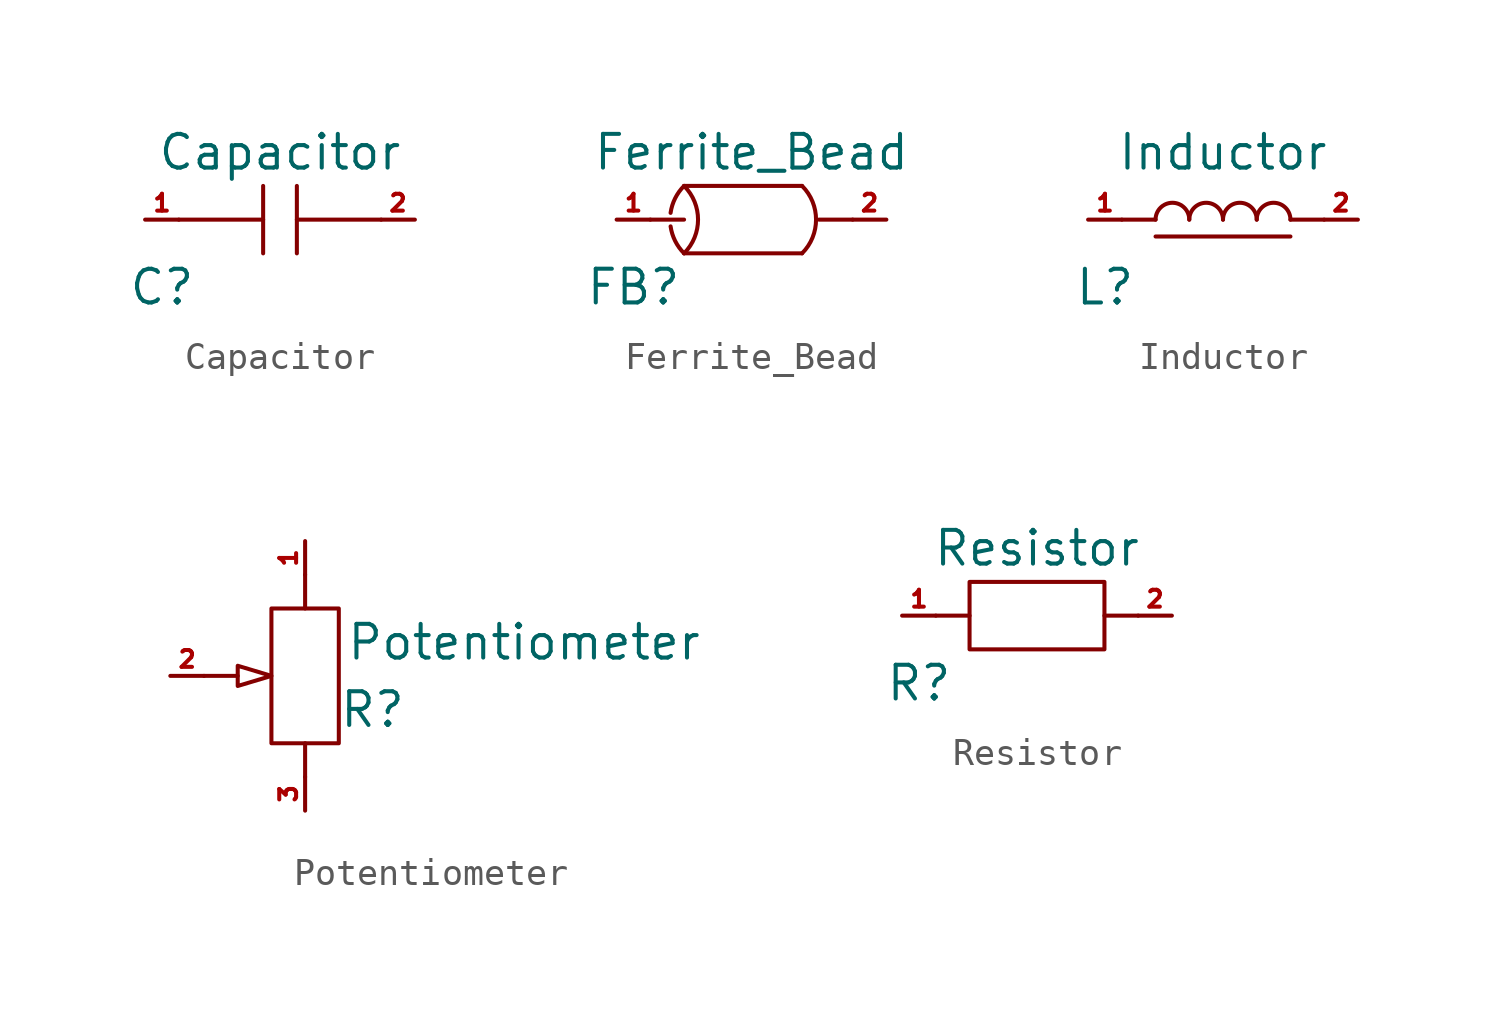
<source format=kicad_sym>
(kicad_symbol_lib
  (version 20211014)
  (generator kicad_symbol_editor)
  (symbol "Capacitor"
    (pin_names
      (offset 1.016))
    (property "Reference" "C"
      (at -4.445 -2.54 0)
      (effects (font (size 1.27 1.27))))
    (property "Value" "Capacitor"
      (at 0 2.54 0)
      (effects (font (size 1.27 1.27))))
    (symbol "Capacitor_0_1"
      (polyline (pts (xy -3.81 0) (xy -0.635 0)) (stroke (width 0) (type default) (color 0 0 0 0)) (fill (type none)))
      (polyline (pts (xy -0.635 1.27) (xy -0.635 -1.27)) (stroke (width 0) (type default) (color 0 0 0 0)) (fill (type none)))
      (polyline (pts (xy 0.635 0) (xy 3.81 0)) (stroke (width 0) (type default) (color 0 0 0 0)) (fill (type none)))
      (polyline (pts (xy 0.635 1.27) (xy 0.635 -1.27)) (stroke (width 0) (type default) (color 0 0 0 0)) (fill (type none))))
    (symbol "Capacitor_1_1"
      (pin passive line (at -5.08 0 0) (length 1.27) (name "~" (effects (font (size 0.635 0.635)))) (number "1" (effects (font (size 0.635 0.635)))))
      (pin passive line (at 5.08 0 180) (length 1.27) (name "~" (effects (font (size 0.635 0.635)))) (number "2" (effects (font (size 0.635 0.635)))))))
  (symbol "Ferrite_Bead"
    (pin_names
      (offset 1.016))
    (property "Reference" "FB"
      (at -4.445 -2.54 0)
      (effects (font (size 1.27 1.27))))
    (property "Value" "Ferrite_Bead"
      (at 0 2.54 0)
      (effects (font (size 1.27 1.27))))
    (symbol "Ferrite_Bead_0_1"
      (arc (start -3.048 -0.254) (mid -2.8764 -0.8032) (end -2.54 -1.27) (stroke (width 0) (type default) (color 0 0 0 0)) (fill (type none)))
      (arc (start -2.54 -1.27) (mid -2.0139 0) (end -2.54 1.27) (stroke (width 0) (type default) (color 0 0 0 0)) (fill (type none)))
      (arc (start -2.54 1.27) (mid -2.8764 0.8032) (end -3.048 0.254) (stroke (width 0) (type default) (color 0 0 0 0)) (fill (type none)))
      (polyline (pts (xy -2.54 -1.27) (xy 1.905 -1.27)) (stroke (width 0) (type default) (color 0 0 0 0)) (fill (type none)))
      (polyline (pts (xy -2.54 1.27) (xy 1.905 1.27)) (stroke (width 0) (type default) (color 0 0 0 0)) (fill (type none)))
      (arc (start 1.905 -1.27) (mid 2.4311 0) (end 1.905 1.27) (stroke (width 0) (type default) (color 0 0 0 0)) (fill (type none))))
    (symbol "Ferrite_Bead_1_1"
      (polyline (pts (xy -3.81 0) (xy -2.54 0)) (stroke (width 0) (type default) (color 0 0 0 0)) (fill (type none)))
      (polyline (pts (xy 2.54 0) (xy 3.81 0)) (stroke (width 0) (type default) (color 0 0 0 0)) (fill (type none)))
      (pin passive line (at -5.08 0 0) (length 1.27) (name "~" (effects (font (size 0.635 0.635)))) (number "1" (effects (font (size 0.635 0.635)))))
      (pin passive line (at 5.08 0 180) (length 1.27) (name "~" (effects (font (size 0.635 0.635)))) (number "2" (effects (font (size 0.635 0.635)))))))
  (symbol "Inductor"
    (pin_names
      (offset 1.016))
    (property "Reference" "L"
      (at -4.445 -2.54 0)
      (effects (font (size 1.27 1.27))))
    (property "Value" "Inductor"
      (at 0 2.54 0)
      (effects (font (size 1.27 1.27))))
    (symbol "Inductor_0_1"
      (arc (start -1.27 0) (mid -1.905 0.635) (end -2.54 0) (stroke (width 0) (type default) (color 0 0 0 0)) (fill (type none)))
      (arc (start 0 0) (mid -0.635 0.635) (end -1.27 0) (stroke (width 0) (type default) (color 0 0 0 0)) (fill (type none)))
      (polyline (pts (xy -2.54 -0.635) (xy 2.54 -0.635)) (stroke (width 0) (type default) (color 0 0 0 0)) (fill (type none)))
      (polyline (pts (xy -2.54 0) (xy -3.81 0)) (stroke (width 0) (type default) (color 0 0 0 0)) (fill (type none)))
      (polyline (pts (xy 2.54 0) (xy 3.81 0)) (stroke (width 0) (type default) (color 0 0 0 0)) (fill (type none)))
      (arc (start 1.27 0) (mid 0.635 0.635) (end 0 0) (stroke (width 0) (type default) (color 0 0 0 0)) (fill (type none)))
      (arc (start 2.54 0) (mid 1.905 0.635) (end 1.27 0) (stroke (width 0) (type default) (color 0 0 0 0)) (fill (type none))))
    (symbol "Inductor_1_1"
      (pin passive line (at -5.08 0 0) (length 1.27) (name "~" (effects (font (size 0.635 0.635)))) (number "1" (effects (font (size 0.635 0.635)))))
      (pin passive line (at 5.08 0 180) (length 1.27) (name "~" (effects (font (size 0.635 0.635)))) (number "2" (effects (font (size 0.635 0.635)))))))
  (symbol "Potentiometer"
    (pin_names
      (offset 1.016) hide)
    (property "Reference" "R"
      (at 2.54 -1.27 0)
      (effects (font (size 1.27 1.27))))
    (property "Value" "Potentiometer"
      (at 8.255 1.27 0)
      (effects (font (size 1.27 1.27))))
    (symbol "Potentiometer_0_1"
      (polyline (pts (xy -3.81 0) (xy -2.54 0)) (stroke (width 0) (type default) (color 0 0 0 0)) (fill (type none)))
      (polyline (pts (xy -2.54 -0.381) (xy -2.54 0.381) (xy -1.27 0) (xy -2.54 -0.381)) (stroke (width 0) (type default) (color 0 0 0 0)) (fill (type none))))
    (symbol "Potentiometer_1_1"
      (rectangle (start -1.27 -2.54) (end 1.27 2.54) (stroke (width 0) (type default) (color 0 0 0 0)) (fill (type none)))
      (polyline (pts (xy 0 -3.81) (xy 0 -2.54)) (stroke (width 0) (type default) (color 0 0 0 0)) (fill (type none)))
      (polyline (pts (xy 0 2.54) (xy 0 3.81)) (stroke (width 0) (type default) (color 0 0 0 0)) (fill (type none)))
      (pin passive line (at 0 5.08 270) (length 1.27) (name "~" (effects (font (size 0.635 0.635)))) (number "1" (effects (font (size 0.635 0.635)))))
      (pin input line (at -5.08 0 0) (length 1.27) (name "Div" (effects (font (size 0.635 0.635)))) (number "2" (effects (font (size 0.635 0.635)))))
      (pin passive line (at 0 -5.08 90) (length 1.27) (name "~" (effects (font (size 0.635 0.635)))) (number "3" (effects (font (size 0.635 0.635)))))))
  (symbol "Resistor"
    (pin_names
      (offset 1.016))
    (property "Reference" "R"
      (at -4.445 -2.54 0)
      (effects (font (size 1.27 1.27))))
    (property "Value" "Resistor"
      (at 0 2.54 0)
      (effects (font (size 1.27 1.27))))
    (symbol "Resistor_0_1"
      (rectangle (start -2.54 1.27) (end 2.54 -1.27) (stroke (width 0) (type default) (color 0 0 0 0)) (fill (type none)))
      (polyline (pts (xy -3.81 0) (xy -2.54 0)) (stroke (width 0) (type default) (color 0 0 0 0)) (fill (type none)))
      (polyline (pts (xy 2.54 0) (xy 3.81 0)) (stroke (width 0) (type default) (color 0 0 0 0)) (fill (type none))))
    (symbol "Resistor_1_1"
      (pin passive line (at -5.08 0 0) (length 1.27) (name "~" (effects (font (size 0.635 0.635)))) (number "1" (effects (font (size 0.635 0.635)))))
      (pin passive line (at 5.08 0 180) (length 1.27) (name "~" (effects (font (size 0.635 0.635)))) (number "2" (effects (font (size 0.635 0.635))))))))
</source>
